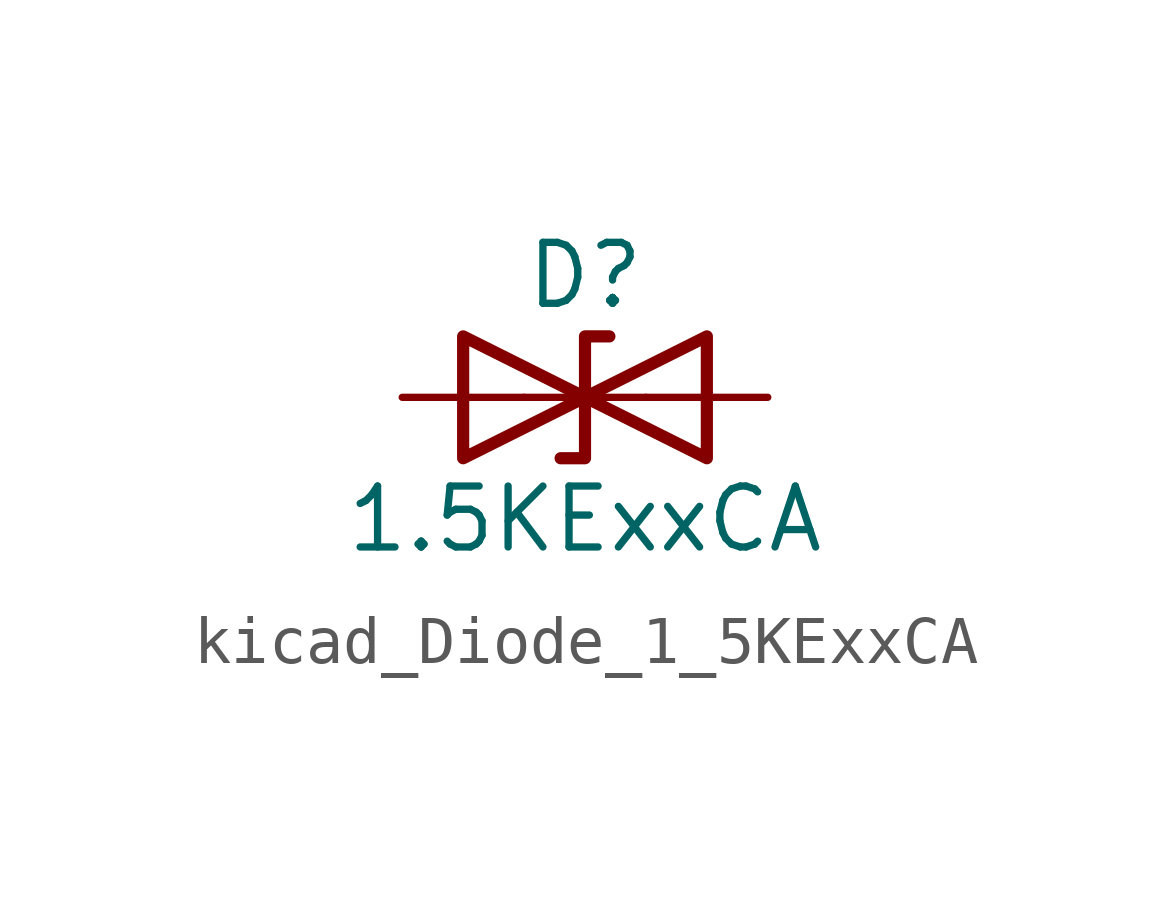
<source format=kicad_sym>
(kicad_symbol_lib
  (version 20220914)
  (generator kicad_symbol_editor)
  (symbol "kicad_Diode_1_5KExxCA"
    (pin_numbers hide)
    (pin_names
      (offset 1.016) hide)
    (property "Reference" "D"
      (at 0 2.54 0)
      (effects (font (size 1.27 1.27))))
    (property "Value" "1.5KExxCA"
      (at 0 -2.54 0)
      (effects (font (size 1.27 1.27))))
    (symbol "kicad_Diode_1_5KExxCA_0_1"
      (polyline (pts (xy 1.27 0) (xy -1.27 0)) (stroke (width 0) (type default)) (fill (type none)))
      (polyline (pts (xy -2.54 -1.27) (xy 0 0) (xy -2.54 1.27) (xy -2.54 -1.27)) (stroke (width 0.254) (type default)) (fill (type none)))
      (polyline (pts (xy 0.508 1.27) (xy 0 1.27) (xy 0 -1.27) (xy -0.508 -1.27)) (stroke (width 0.254) (type default)) (fill (type none)))
      (polyline (pts (xy 2.54 1.27) (xy 2.54 -1.27) (xy 0 0) (xy 2.54 1.27)) (stroke (width 0.254) (type default)) (fill (type none))))
    (symbol "kicad_Diode_1_5KExxCA_1_1"
      (pin passive line (at -3.81 0 0) (length 2.54) (name "A1" (effects (font (size 1.27 1.27)))) (number "1" (effects (font (size 1.27 1.27)))))
      (pin passive line (at 3.81 0 180) (length 2.54) (name "A2" (effects (font (size 1.27 1.27)))) (number "2" (effects (font (size 1.27 1.27))))))))
</source>
